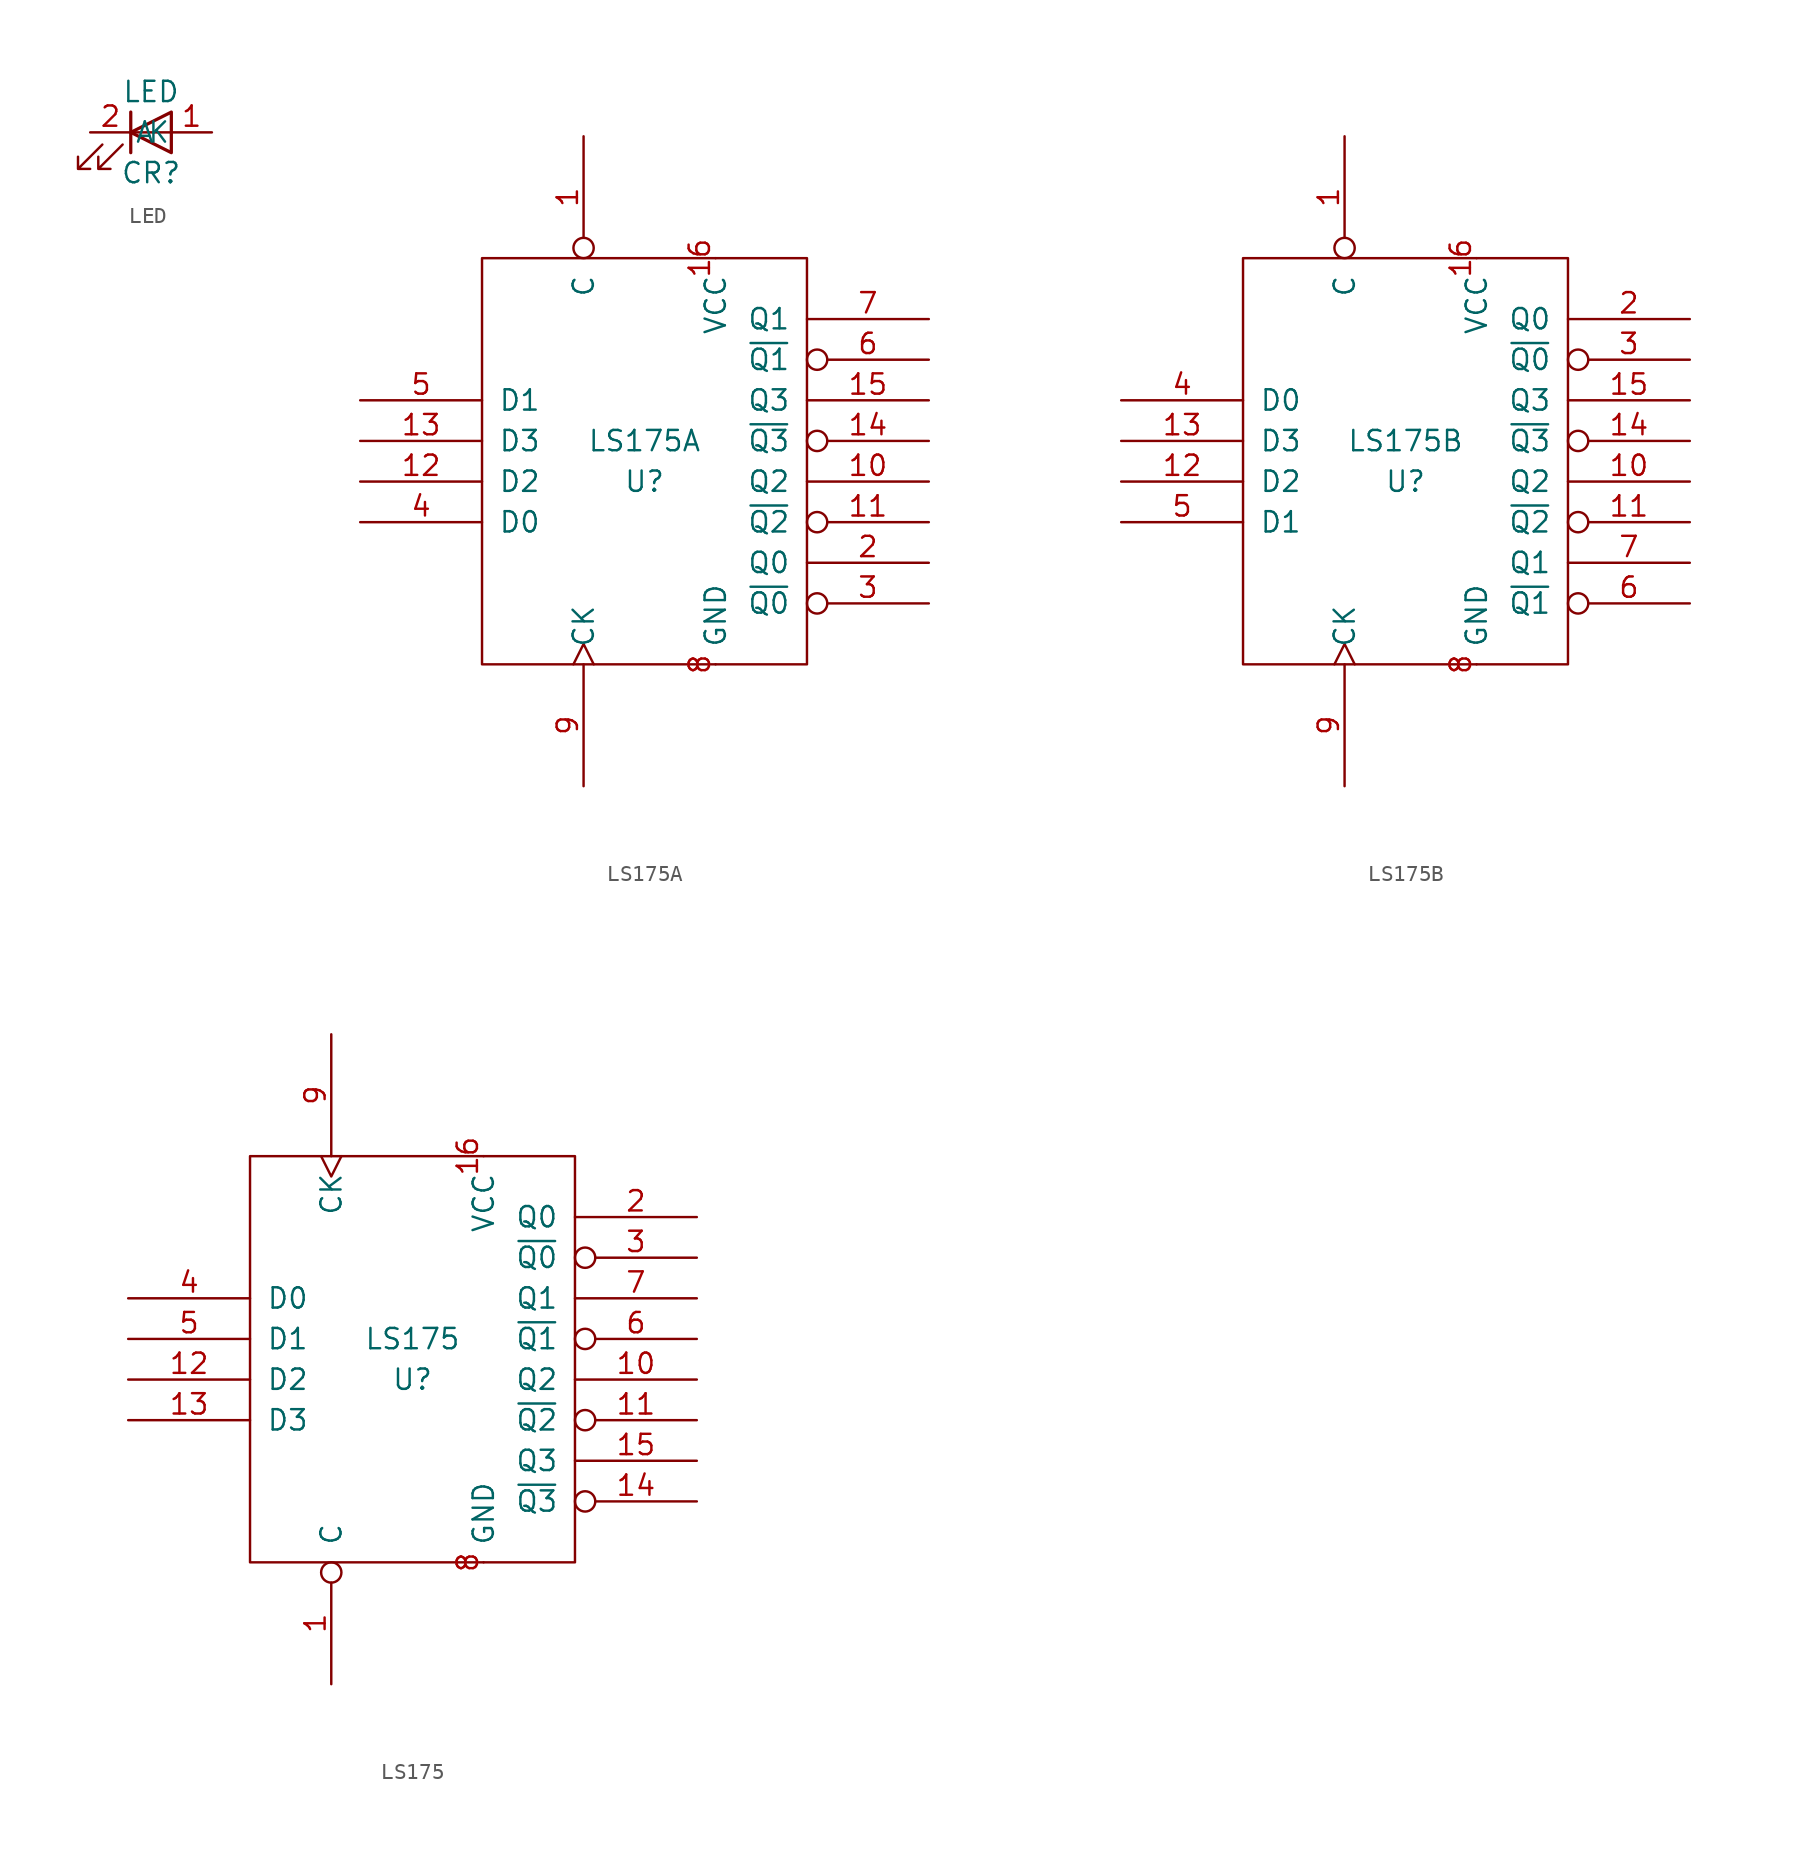
<source format=kicad_sym>
(kicad_symbol_lib
  (version 20211014)
  (generator kicad_symbol_editor)
  (symbol "LED"
    (pin_names
      (offset 1.016))
    (property "Reference" "CR"
      (at 0 -5.08 0)
      (effects (font (size 1.27 1.27))))
    (property "Value" "LED"
      (at 0 0 0)
      (effects (font (size 1.27 1.27))))
    (symbol "LED_1_1"
      (polyline (pts (xy -1.27 -3.81) (xy -1.27 -1.27)) (stroke (width 0.203) (type default) (color 0 0 0 0)) (fill (type none)))
      (polyline (pts (xy -1.27 -2.54) (xy 1.27 -2.54)) (stroke (width 0) (type default) (color 0 0 0 0)) (fill (type none)))
      (polyline (pts (xy 1.27 -3.81) (xy 1.27 -1.27) (xy -1.27 -2.54) (xy 1.27 -3.81)) (stroke (width 0.203) (type default) (color 0 0 0 0)) (fill (type none)))
      (polyline (pts (xy -3.048 -3.302) (xy -4.572 -4.826) (xy -3.81 -4.826) (xy -4.572 -4.826) (xy -4.572 -4.064)) (stroke (width 0) (type default) (color 0 0 0 0)) (fill (type none)))
      (polyline (pts (xy -1.778 -3.302) (xy -3.302 -4.826) (xy -2.54 -4.826) (xy -3.302 -4.826) (xy -3.302 -4.064)) (stroke (width 0) (type default) (color 0 0 0 0)) (fill (type none)))
      (pin passive line (at 3.81 -2.54 180) (length 2.54) (name "A" (effects (font (size 1.27 1.27)))) (number "1" (effects (font (size 1.27 1.27)))))
      (pin passive line (at -3.81 -2.54 0) (length 2.54) (name "K" (effects (font (size 1.27 1.27)))) (number "2" (effects (font (size 1.27 1.27)))))))
  (symbol "LS175A"
    (pin_names
      (offset 1.016))
    (property "Reference" "U"
      (at 0 -1.27 0)
      (effects (font (size 1.27 1.27))))
    (property "Value" "LS175A"
      (at 0 1.27 0)
      (effects (font (size 1.27 1.27))))
    (symbol "LS175A_1_1"
      (rectangle (start -10.16 12.7) (end 10.16 -12.7) (stroke (width 0) (type default) (color 0 0 0 0)) (fill (type none)))
      (pin input inverted (at -3.81 20.32 270) (length 7.62) (name "C" (effects (font (size 1.27 1.27)))) (number "1" (effects (font (size 1.27 1.27)))))
      (pin output line (at 17.78 -1.27 180) (length 7.62) (name "Q2" (effects (font (size 1.27 1.27)))) (number "10" (effects (font (size 1.27 1.27)))))
      (pin output inverted (at 17.78 -3.81 180) (length 7.62) (name "~{Q2}" (effects (font (size 1.27 1.27)))) (number "11" (effects (font (size 1.27 1.27)))))
      (pin input line (at -17.78 -1.27 0) (length 7.62) (name "D2" (effects (font (size 1.27 1.27)))) (number "12" (effects (font (size 1.27 1.27)))))
      (pin input line (at -17.78 1.27 0) (length 7.62) (name "D3" (effects (font (size 1.27 1.27)))) (number "13" (effects (font (size 1.27 1.27)))))
      (pin output inverted (at 17.78 1.27 180) (length 7.62) (name "~{Q3}" (effects (font (size 1.27 1.27)))) (number "14" (effects (font (size 1.27 1.27)))))
      (pin output line (at 17.78 3.81 180) (length 7.62) (name "Q3" (effects (font (size 1.27 1.27)))) (number "15" (effects (font (size 1.27 1.27)))))
      (pin power_in line (at 4.445 12.7 270) (length 0) (name "VCC" (effects (font (size 1.27 1.27)))) (number "16" (effects (font (size 1.27 1.27)))))
      (pin output line (at 17.78 -6.35 180) (length 7.62) (name "Q0" (effects (font (size 1.27 1.27)))) (number "2" (effects (font (size 1.27 1.27)))))
      (pin output inverted (at 17.78 -8.89 180) (length 7.62) (name "~{Q0}" (effects (font (size 1.27 1.27)))) (number "3" (effects (font (size 1.27 1.27)))))
      (pin input line (at -17.78 -3.81 0) (length 7.62) (name "D0" (effects (font (size 1.27 1.27)))) (number "4" (effects (font (size 1.27 1.27)))))
      (pin input line (at -17.78 3.81 0) (length 7.62) (name "D1" (effects (font (size 1.27 1.27)))) (number "5" (effects (font (size 1.27 1.27)))))
      (pin output inverted (at 17.78 6.35 180) (length 7.62) (name "~{Q1}" (effects (font (size 1.27 1.27)))) (number "6" (effects (font (size 1.27 1.27)))))
      (pin output line (at 17.78 8.89 180) (length 7.62) (name "Q1" (effects (font (size 1.27 1.27)))) (number "7" (effects (font (size 1.27 1.27)))))
      (pin power_in line (at 4.445 -12.7 90) (length 0) (name "GND" (effects (font (size 1.27 1.27)))) (number "8" (effects (font (size 1.27 1.27)))))
      (pin input clock (at -3.81 -20.32 90) (length 7.62) (name "CK" (effects (font (size 1.27 1.27)))) (number "9" (effects (font (size 1.27 1.27)))))))
  (symbol "LS175B"
    (pin_names
      (offset 1.016))
    (property "Reference" "U"
      (at 0 -1.27 0)
      (effects (font (size 1.27 1.27))))
    (property "Value" "LS175B"
      (at 0 1.27 0)
      (effects (font (size 1.27 1.27))))
    (symbol "LS175B_1_1"
      (rectangle (start -10.16 12.7) (end 10.16 -12.7) (stroke (width 0) (type default) (color 0 0 0 0)) (fill (type none)))
      (pin input inverted (at -3.81 20.32 270) (length 7.62) (name "C" (effects (font (size 1.27 1.27)))) (number "1" (effects (font (size 1.27 1.27)))))
      (pin output line (at 17.78 -1.27 180) (length 7.62) (name "Q2" (effects (font (size 1.27 1.27)))) (number "10" (effects (font (size 1.27 1.27)))))
      (pin output inverted (at 17.78 -3.81 180) (length 7.62) (name "~{Q2}" (effects (font (size 1.27 1.27)))) (number "11" (effects (font (size 1.27 1.27)))))
      (pin input line (at -17.78 -1.27 0) (length 7.62) (name "D2" (effects (font (size 1.27 1.27)))) (number "12" (effects (font (size 1.27 1.27)))))
      (pin input line (at -17.78 1.27 0) (length 7.62) (name "D3" (effects (font (size 1.27 1.27)))) (number "13" (effects (font (size 1.27 1.27)))))
      (pin output inverted (at 17.78 1.27 180) (length 7.62) (name "~{Q3}" (effects (font (size 1.27 1.27)))) (number "14" (effects (font (size 1.27 1.27)))))
      (pin output line (at 17.78 3.81 180) (length 7.62) (name "Q3" (effects (font (size 1.27 1.27)))) (number "15" (effects (font (size 1.27 1.27)))))
      (pin power_in line (at 4.445 12.7 270) (length 0) (name "VCC" (effects (font (size 1.27 1.27)))) (number "16" (effects (font (size 1.27 1.27)))))
      (pin output line (at 17.78 8.89 180) (length 7.62) (name "Q0" (effects (font (size 1.27 1.27)))) (number "2" (effects (font (size 1.27 1.27)))))
      (pin output inverted (at 17.78 6.35 180) (length 7.62) (name "~{Q0}" (effects (font (size 1.27 1.27)))) (number "3" (effects (font (size 1.27 1.27)))))
      (pin input line (at -17.78 3.81 0) (length 7.62) (name "D0" (effects (font (size 1.27 1.27)))) (number "4" (effects (font (size 1.27 1.27)))))
      (pin input line (at -17.78 -3.81 0) (length 7.62) (name "D1" (effects (font (size 1.27 1.27)))) (number "5" (effects (font (size 1.27 1.27)))))
      (pin output inverted (at 17.78 -8.89 180) (length 7.62) (name "~{Q1}" (effects (font (size 1.27 1.27)))) (number "6" (effects (font (size 1.27 1.27)))))
      (pin output line (at 17.78 -6.35 180) (length 7.62) (name "Q1" (effects (font (size 1.27 1.27)))) (number "7" (effects (font (size 1.27 1.27)))))
      (pin power_in line (at 4.445 -12.7 90) (length 0) (name "GND" (effects (font (size 1.27 1.27)))) (number "8" (effects (font (size 1.27 1.27)))))
      (pin input clock (at -3.81 -20.32 90) (length 7.62) (name "CK" (effects (font (size 1.27 1.27)))) (number "9" (effects (font (size 1.27 1.27)))))))
  (symbol "LS175"
    (pin_names
      (offset 1.016))
    (property "Reference" "U"
      (at 0 -1.27 0)
      (effects (font (size 1.27 1.27))))
    (property "Value" "LS175"
      (at 0 1.27 0)
      (effects (font (size 1.27 1.27))))
    (symbol "LS175_1_1"
      (rectangle (start -10.16 12.7) (end 10.16 -12.7) (stroke (width 0) (type default) (color 0 0 0 0)) (fill (type none)))
      (pin input inverted (at -5.08 -20.32 90) (length 7.62) (name "C" (effects (font (size 1.27 1.27)))) (number "1" (effects (font (size 1.27 1.27)))))
      (pin output line (at 17.78 -1.27 180) (length 7.62) (name "Q2" (effects (font (size 1.27 1.27)))) (number "10" (effects (font (size 1.27 1.27)))))
      (pin output inverted (at 17.78 -3.81 180) (length 7.62) (name "~{Q2}" (effects (font (size 1.27 1.27)))) (number "11" (effects (font (size 1.27 1.27)))))
      (pin input line (at -17.78 -1.27 0) (length 7.62) (name "D2" (effects (font (size 1.27 1.27)))) (number "12" (effects (font (size 1.27 1.27)))))
      (pin input line (at -17.78 -3.81 0) (length 7.62) (name "D3" (effects (font (size 1.27 1.27)))) (number "13" (effects (font (size 1.27 1.27)))))
      (pin output inverted (at 17.78 -8.89 180) (length 7.62) (name "~{Q3}" (effects (font (size 1.27 1.27)))) (number "14" (effects (font (size 1.27 1.27)))))
      (pin output line (at 17.78 -6.35 180) (length 7.62) (name "Q3" (effects (font (size 1.27 1.27)))) (number "15" (effects (font (size 1.27 1.27)))))
      (pin power_in line (at 4.445 12.7 270) (length 0) (name "VCC" (effects (font (size 1.27 1.27)))) (number "16" (effects (font (size 1.27 1.27)))))
      (pin output line (at 17.78 8.89 180) (length 7.62) (name "Q0" (effects (font (size 1.27 1.27)))) (number "2" (effects (font (size 1.27 1.27)))))
      (pin output inverted (at 17.78 6.35 180) (length 7.62) (name "~{Q0}" (effects (font (size 1.27 1.27)))) (number "3" (effects (font (size 1.27 1.27)))))
      (pin input line (at -17.78 3.81 0) (length 7.62) (name "D0" (effects (font (size 1.27 1.27)))) (number "4" (effects (font (size 1.27 1.27)))))
      (pin input line (at -17.78 1.27 0) (length 7.62) (name "D1" (effects (font (size 1.27 1.27)))) (number "5" (effects (font (size 1.27 1.27)))))
      (pin output inverted (at 17.78 1.27 180) (length 7.62) (name "~{Q1}" (effects (font (size 1.27 1.27)))) (number "6" (effects (font (size 1.27 1.27)))))
      (pin output line (at 17.78 3.81 180) (length 7.62) (name "Q1" (effects (font (size 1.27 1.27)))) (number "7" (effects (font (size 1.27 1.27)))))
      (pin power_in line (at 4.445 -12.7 90) (length 0) (name "GND" (effects (font (size 1.27 1.27)))) (number "8" (effects (font (size 1.27 1.27)))))
      (pin input clock (at -5.08 20.32 270) (length 7.62) (name "CK" (effects (font (size 1.27 1.27)))) (number "9" (effects (font (size 1.27 1.27))))))))
</source>
